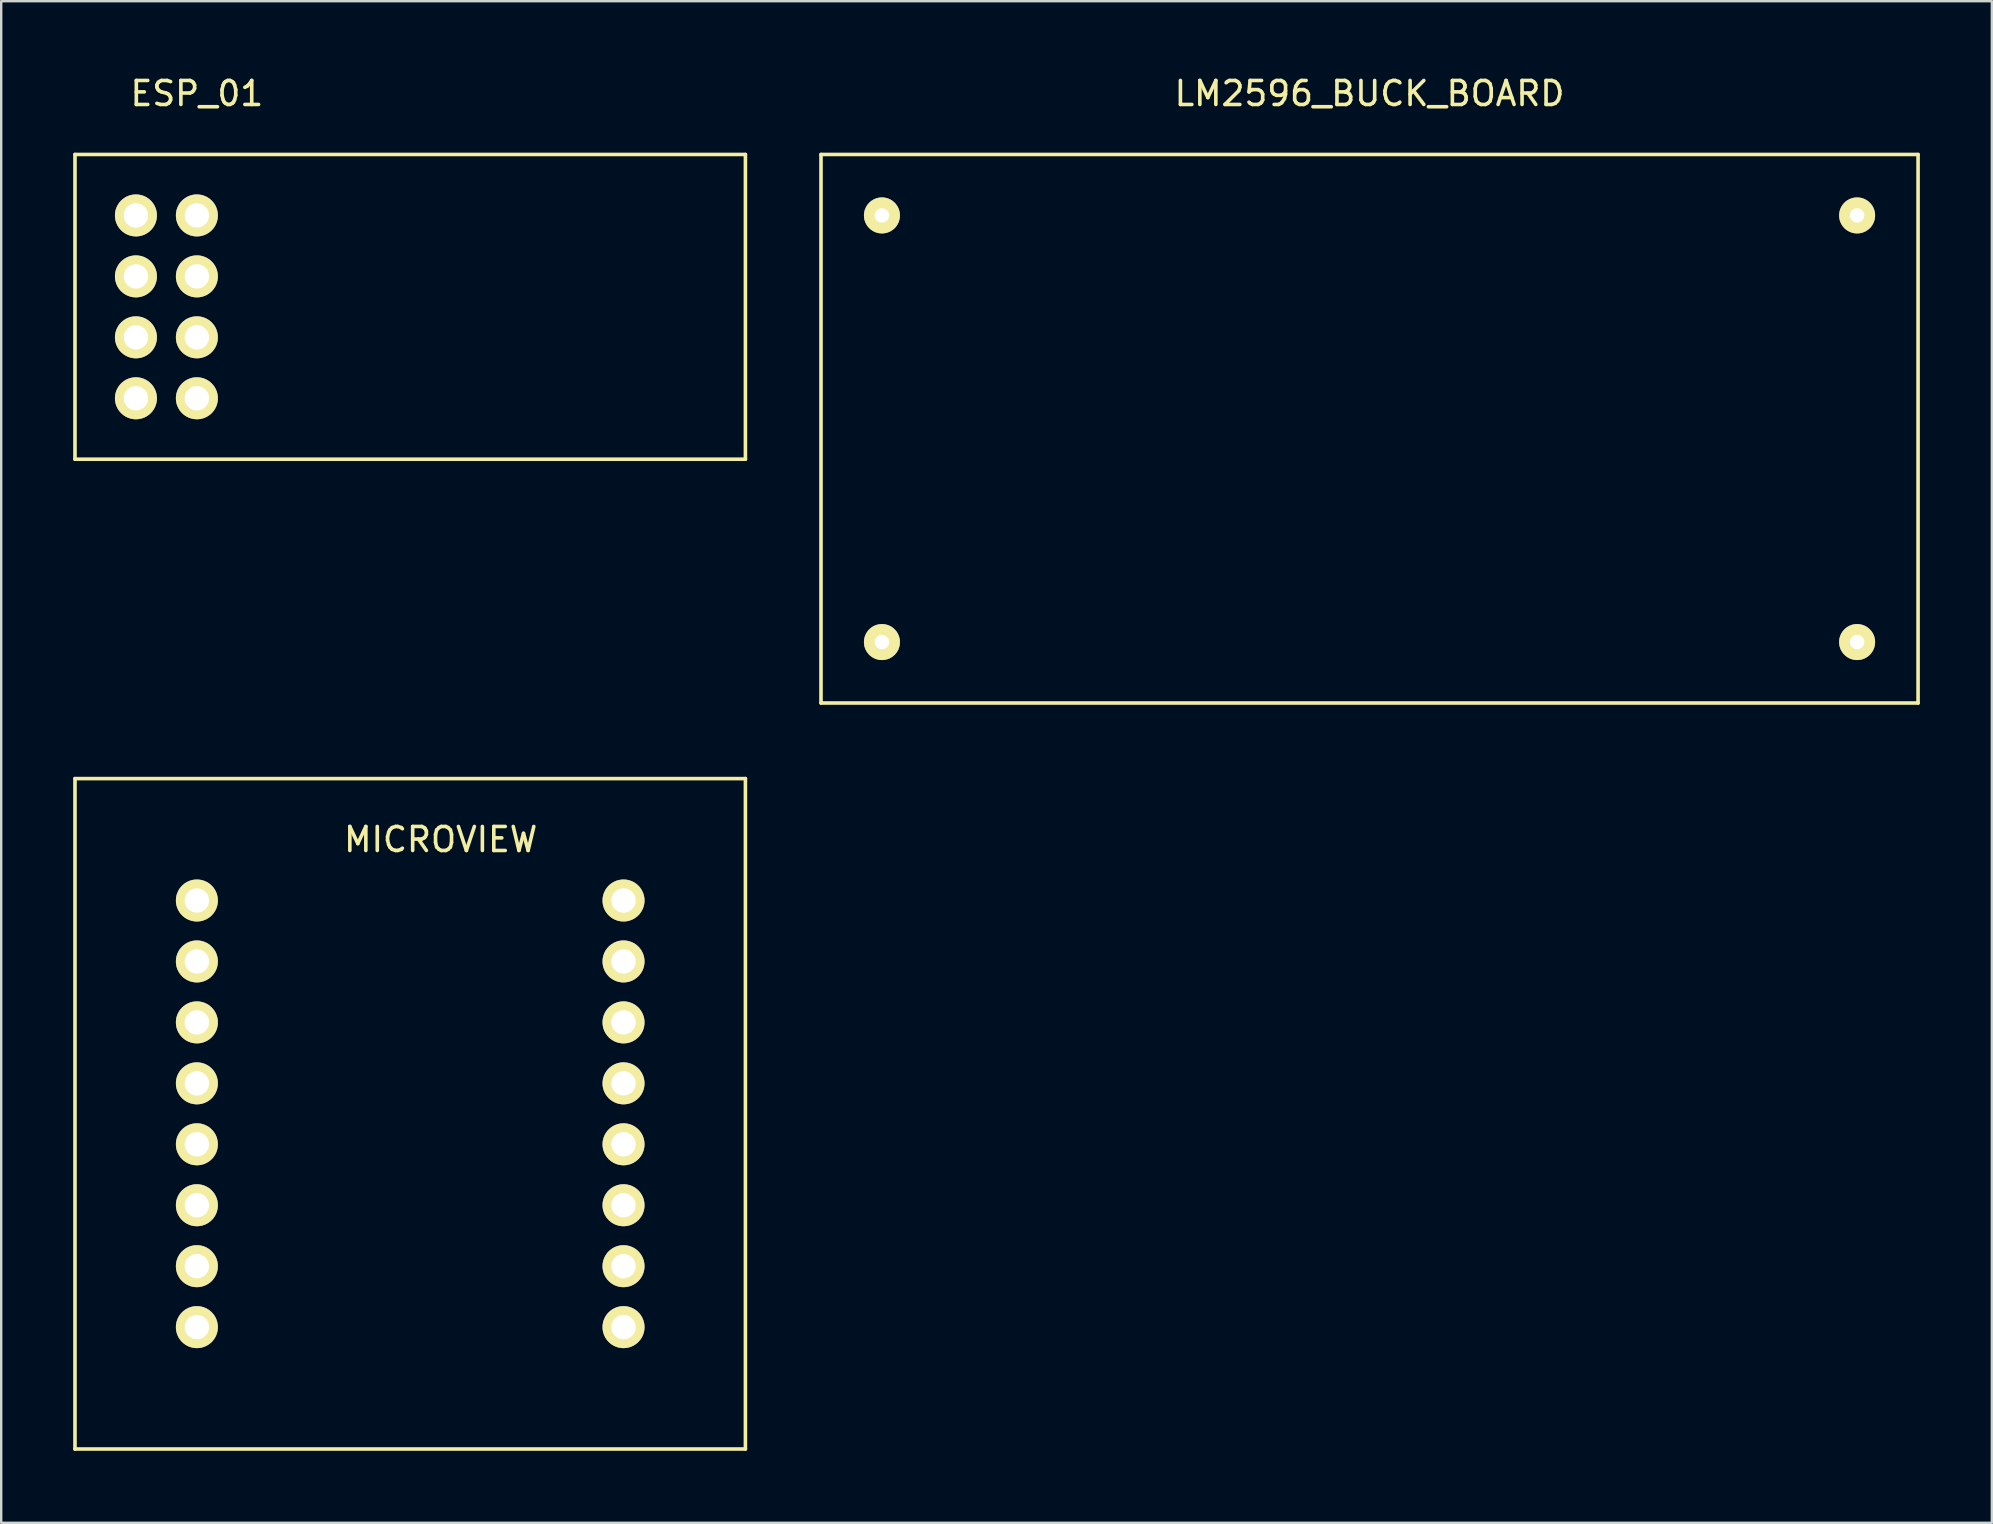
<source format=kicad_pcb>
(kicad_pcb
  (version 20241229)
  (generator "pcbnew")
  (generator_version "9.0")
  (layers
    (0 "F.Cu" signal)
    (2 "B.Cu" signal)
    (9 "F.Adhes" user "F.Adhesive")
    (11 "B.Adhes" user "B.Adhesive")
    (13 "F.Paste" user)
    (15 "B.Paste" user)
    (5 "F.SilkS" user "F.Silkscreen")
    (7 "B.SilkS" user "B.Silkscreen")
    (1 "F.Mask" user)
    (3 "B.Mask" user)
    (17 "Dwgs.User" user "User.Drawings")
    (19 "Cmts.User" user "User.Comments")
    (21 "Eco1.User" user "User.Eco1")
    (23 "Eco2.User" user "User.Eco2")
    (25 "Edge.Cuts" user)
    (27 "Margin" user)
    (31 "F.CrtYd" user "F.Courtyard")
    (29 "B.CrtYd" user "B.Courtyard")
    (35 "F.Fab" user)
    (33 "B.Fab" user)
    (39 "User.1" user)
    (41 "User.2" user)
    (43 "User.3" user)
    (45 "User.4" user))
  (footprint "LM2596_BUCK_BOARD"
    (layer "F.Cu")
    (at 48.945 16.088)
    (property "Reference" "LM2596_BUCK_BOARD" (at 5.08 -15.24 0) (layer "F.SilkS") (effects (font (size 1 1) (thickness 0.15))))
    (attr through_hole)
    (fp_line (start -17.78 -12.7) (end 27.94 -12.7) (stroke (width 0.15) (type solid)) (layer "F.SilkS"))
    (fp_line (start -17.78 10.16) (end -17.78 -12.7) (stroke (width 0.15) (type solid)) (layer "F.SilkS"))
    (fp_line (start 27.94 -12.7) (end 27.94 10.16) (stroke (width 0.15) (type solid)) (layer "F.SilkS"))
    (fp_line (start 27.94 10.16) (end -17.78 10.16) (stroke (width 0.15) (type solid)) (layer "F.SilkS"))
    (pad "1" thru_hole circle (at -15.24 -10.16) (size 1.5 1.5) (drill 0.6) (layers "*.Cu" "*.Mask" "F.SilkS"))
    (pad "2" thru_hole circle (at -15.24 7.62) (size 1.5 1.5) (drill 0.6) (layers "*.Cu" "*.Mask" "F.SilkS"))
    (pad "3" thru_hole circle (at 25.4 -10.16) (size 1.5 1.5) (drill 0.6) (layers "*.Cu" "*.Mask" "F.SilkS"))
    (pad "4" thru_hole circle (at 25.4 7.62) (size 1.5 1.5) (drill 0.6) (layers "*.Cu" "*.Mask" "F.SilkS")))
  (footprint "ESP_01"
    (layer "F.Cu")
    (at 12.775 21.168)
    (property "Reference" "ESP_01" (at -7.62 -20.32 0) (layer "F.SilkS") (effects (font (size 1 1) (thickness 0.15))))
    (attr through_hole)
    (fp_line (start -12.7 -17.78) (end -12.7 -5.08) (stroke (width 0.15) (type solid)) (layer "F.SilkS"))
    (fp_line (start -12.7 -5.08) (end 15.24 -5.08) (stroke (width 0.15) (type solid)) (layer "F.SilkS"))
    (fp_line (start 15.24 -17.78) (end -12.7 -17.78) (stroke (width 0.15) (type solid)) (layer "F.SilkS"))
    (fp_line (start 15.24 -5.08) (end 15.24 -17.78) (stroke (width 0.15) (type solid)) (layer "F.SilkS"))
    (pad "1" thru_hole circle (at -10.16 -15.24) (size 1.75 1.75) (drill 1.016) (layers "*.Cu" "*.Mask" "F.SilkS"))
    (pad "2" thru_hole circle (at -10.16 -12.7) (size 1.75 1.75) (drill 1.016) (layers "*.Cu" "*.Mask" "F.SilkS"))
    (pad "3" thru_hole circle (at -10.16 -10.16) (size 1.75 1.75) (drill 1.016) (layers "*.Cu" "*.Mask" "F.SilkS"))
    (pad "4" thru_hole circle (at -10.16 -7.62) (size 1.75 1.75) (drill 1.016) (layers "*.Cu" "*.Mask" "F.SilkS"))
    (pad "5" thru_hole circle (at -7.62 -15.24) (size 1.75 1.75) (drill 1.016) (layers "*.Cu" "*.Mask" "F.SilkS"))
    (pad "6" thru_hole circle (at -7.62 -12.7) (size 1.75 1.75) (drill 1.016) (layers "*.Cu" "*.Mask" "F.SilkS"))
    (pad "7" thru_hole circle (at -7.62 -10.16) (size 1.75 1.75) (drill 1.016) (layers "*.Cu" "*.Mask" "F.SilkS"))
    (pad "8" thru_hole circle (at -7.62 -7.62) (size 1.75 1.75) (drill 1.016) (layers "*.Cu" "*.Mask" "F.SilkS")))
  (footprint "MICROVIEW"
    (layer "F.Cu")
    (at 15.315 44.638)
    (property "Reference" "MICROVIEW" (at 0 -12.7 0) (layer "F.SilkS") (effects (font (size 1 1) (thickness 0.15))))
    (attr through_hole)
    (fp_line (start -15.24 -15.24) (end 12.7 -15.24) (stroke (width 0.15) (type solid)) (layer "F.SilkS"))
    (fp_line (start -15.24 12.7) (end -15.24 -15.24) (stroke (width 0.15) (type solid)) (layer "F.SilkS"))
    (fp_line (start 12.7 -15.24) (end 12.7 12.7) (stroke (width 0.15) (type solid)) (layer "F.SilkS"))
    (fp_line (start 12.7 12.7) (end -15.24 12.7) (stroke (width 0.15) (type solid)) (layer "F.SilkS"))
    (pad "1" thru_hole circle (at -10.16 -10.16) (size 1.75 1.75) (drill 1.016) (layers "*.Cu" "*.Mask" "F.SilkS"))
    (pad "2" thru_hole circle (at -10.16 -7.62) (size 1.75 1.75) (drill 1.016) (layers "*.Cu" "*.Mask" "F.SilkS"))
    (pad "3" thru_hole circle (at -10.16 -5.08) (size 1.75 1.75) (drill 1.016) (layers "*.Cu" "*.Mask" "F.SilkS"))
    (pad "4" thru_hole circle (at -10.16 -2.54) (size 1.75 1.75) (drill 1.016) (layers "*.Cu" "*.Mask" "F.SilkS"))
    (pad "5" thru_hole circle (at -10.16 0) (size 1.75 1.75) (drill 1.016) (layers "*.Cu" "*.Mask" "F.SilkS"))
    (pad "6" thru_hole circle (at -10.16 2.54) (size 1.75 1.75) (drill 1.016) (layers "*.Cu" "*.Mask" "F.SilkS"))
    (pad "7" thru_hole circle (at -10.16 5.08) (size 1.75 1.75) (drill 1.016) (layers "*.Cu" "*.Mask" "F.SilkS"))
    (pad "8" thru_hole circle (at -10.16 7.62) (size 1.75 1.75) (drill 1.016) (layers "*.Cu" "*.Mask" "F.SilkS"))
    (pad "9" thru_hole circle (at 7.62 7.62 180) (size 1.75 1.75) (drill 1.016) (layers "*.Cu" "*.Mask" "F.SilkS"))
    (pad "10" thru_hole circle (at 7.62 5.08 180) (size 1.75 1.75) (drill 1.016) (layers "*.Cu" "*.Mask" "F.SilkS"))
    (pad "11" thru_hole circle (at 7.62 2.54 180) (size 1.75 1.75) (drill 1.016) (layers "*.Cu" "*.Mask" "F.SilkS"))
    (pad "12" thru_hole circle (at 7.62 0 180) (size 1.75 1.75) (drill 1.016) (layers "*.Cu" "*.Mask" "F.SilkS"))
    (pad "13" thru_hole circle (at 7.62 -2.54 180) (size 1.75 1.75) (drill 1.016) (layers "*.Cu" "*.Mask" "F.SilkS"))
    (pad "14" thru_hole circle (at 7.62 -5.08 180) (size 1.75 1.75) (drill 1.016) (layers "*.Cu" "*.Mask" "F.SilkS"))
    (pad "15" thru_hole circle (at 7.62 -7.62 180) (size 1.75 1.75) (drill 1.016) (layers "*.Cu" "*.Mask" "F.SilkS"))
    (pad "16" thru_hole circle (at 7.62 -10.16 180) (size 1.75 1.75) (drill 1.016) (layers "*.Cu" "*.Mask" "F.SilkS")))
  (gr_rect
    (start -3 -3)
    (end 79.96 60.413)
    (stroke (width 0.1) (type default))
    (fill no)
    (layer "Edge.Cuts")))
</source>
